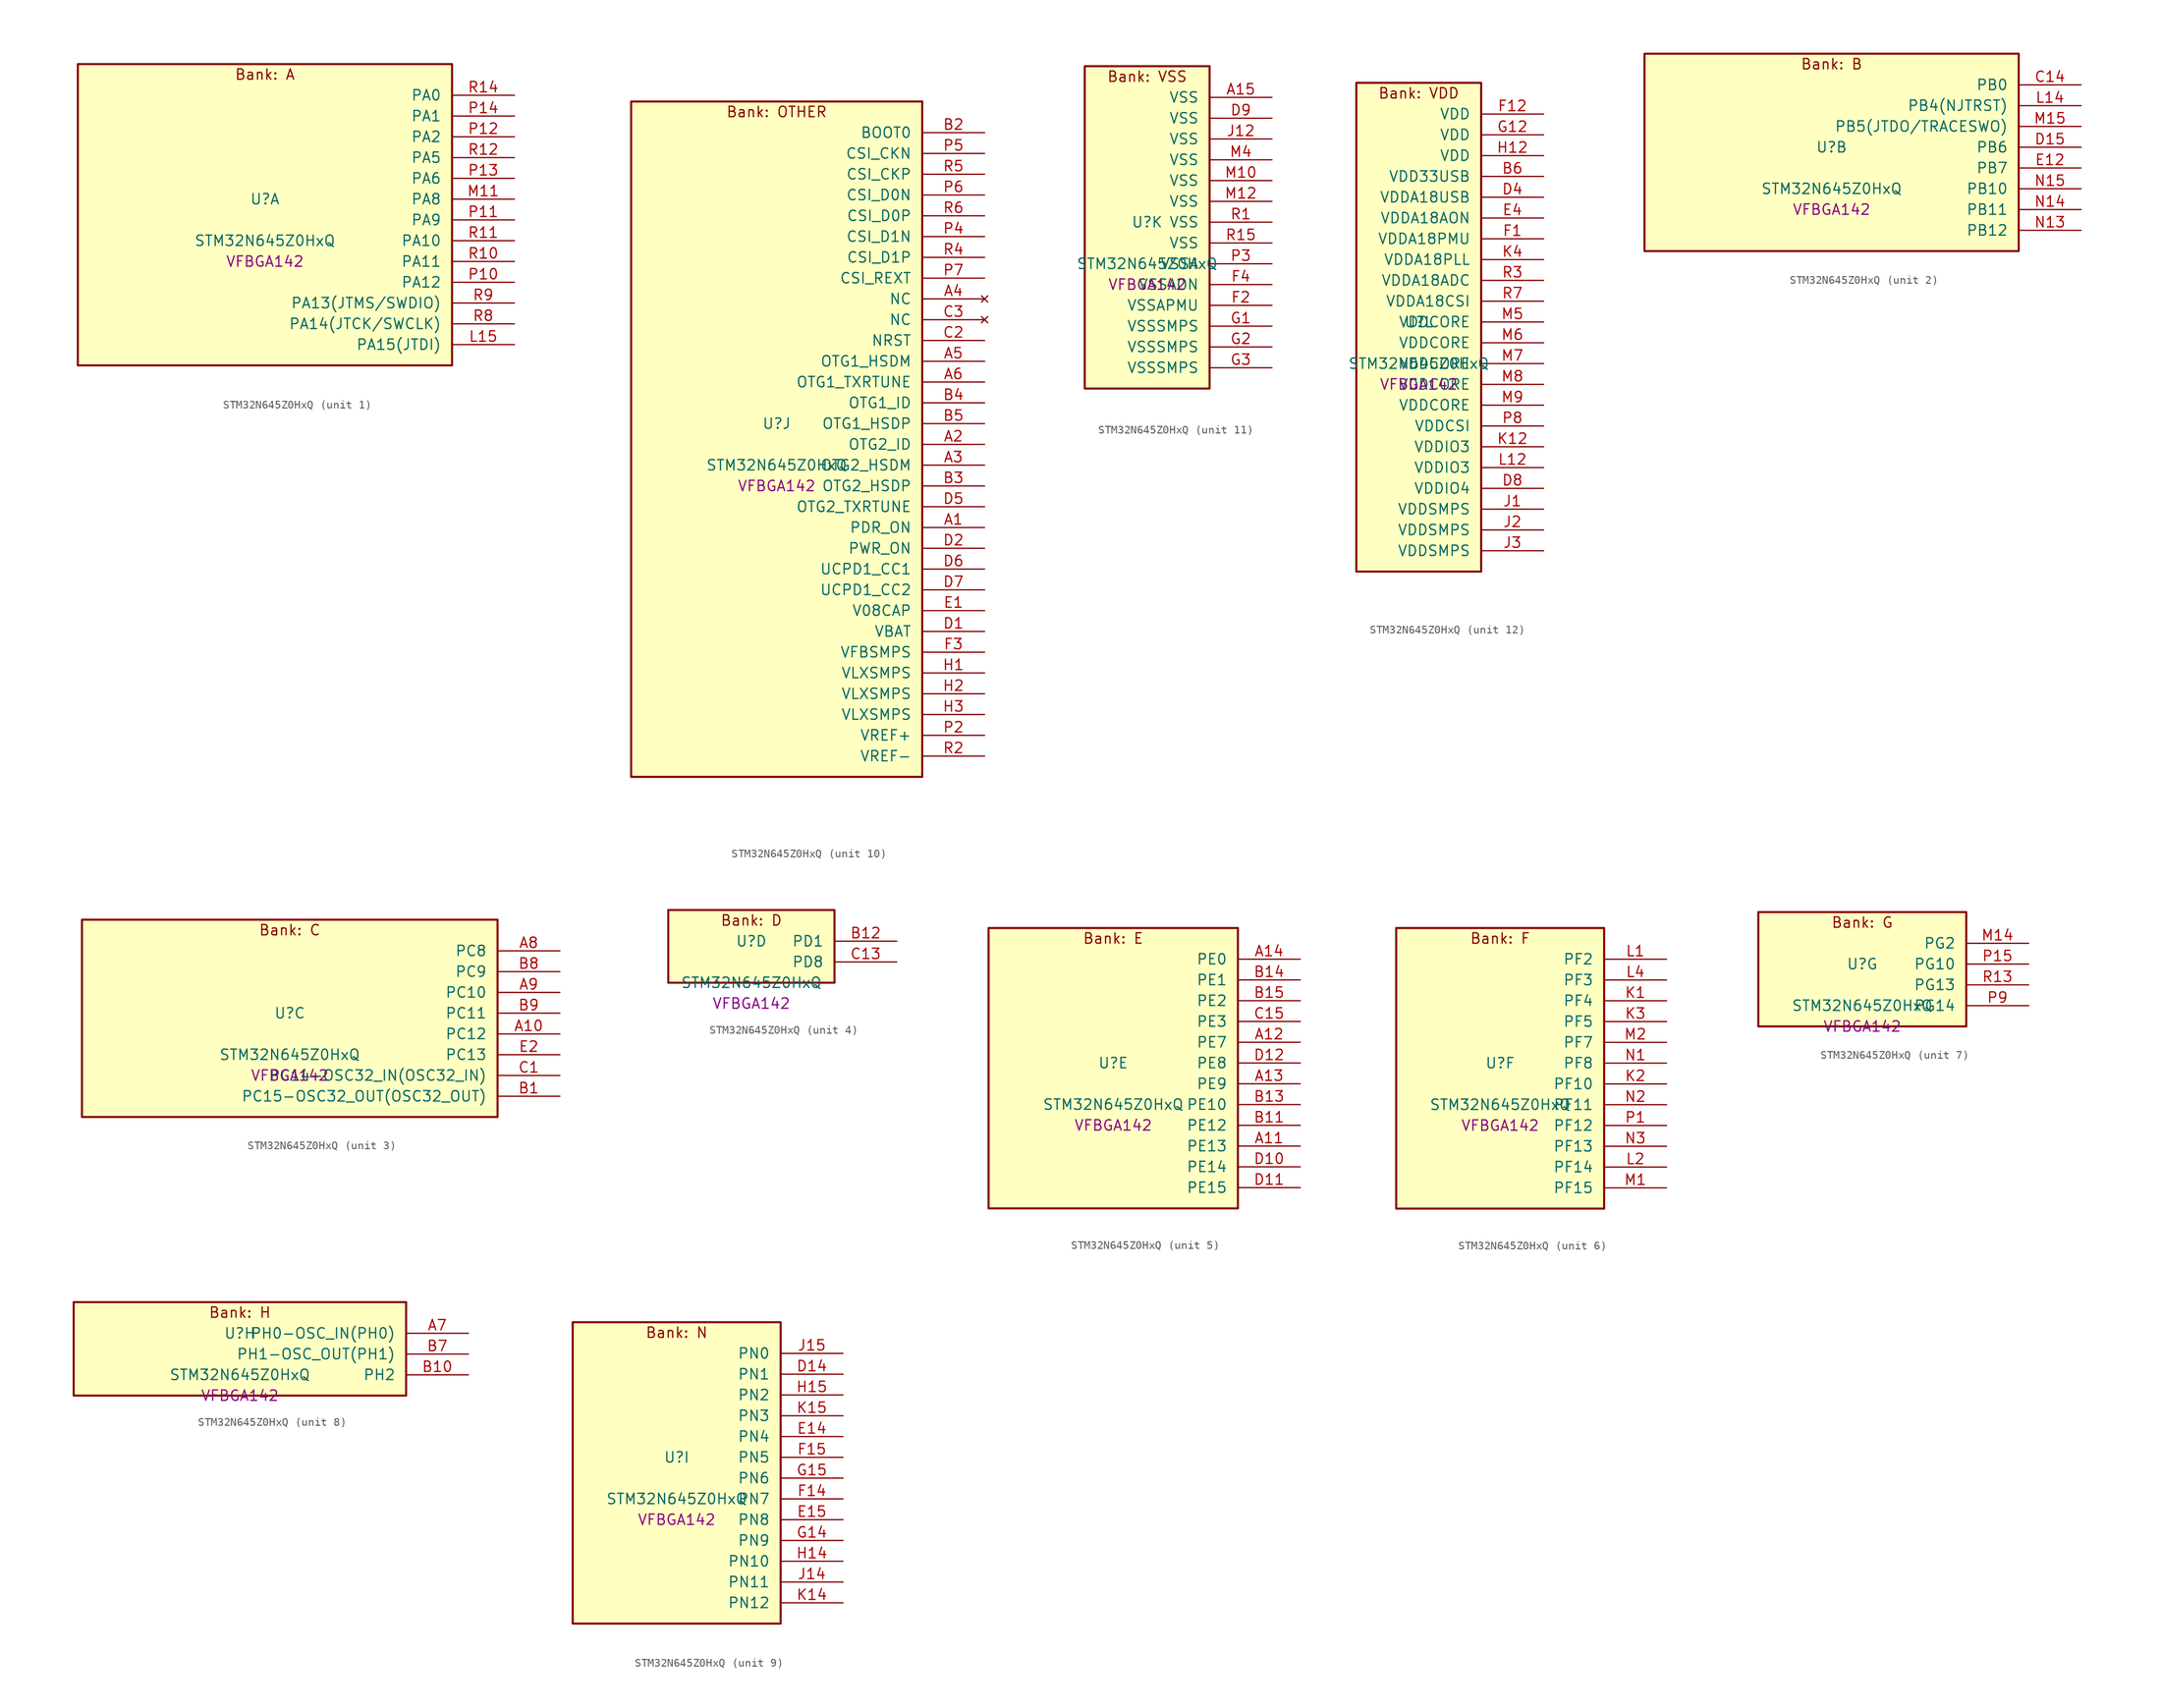
<source format=kicad_sym>
(kicad_symbol_lib
  (version 20241209)
  (generator "stm32_pkl_generator")
  (generator_version "1.0")
  (symbol "STM32N645Z0HxQ"
    (pin_names
      (offset 1.27))
    (property "Reference" "U"
      (at 0 2.54 0))
    (property "Value" "STM32N645Z0HxQ"
      (at 0 -2.54 0))
    (property "Footprint" "VFBGA142"
      (at 0 -5.08 0))
    (symbol "STM32N645Z0HxQ_1_1"
      (rectangle (start -22.86 19.05) (end 22.86 -17.78) (stroke (width 0.254) (type solid)) (fill (type background)))
      (text "Bank: A" (at 0 17.78 0))
      (pin bidirectional line (at 30.48 15.24 180) (length 7.62) (name "PA0") (number "R14") (alternate "PA0/ADC1_INN1" bidirectional line) (alternate "PA0/ADC1_INP0" bidirectional line) (alternate "PA0/ADC2_INN1" bidirectional line) (alternate "PA0/ADC2_INP0" bidirectional line) (alternate "PA0/HDP_HDP0" bidirectional line) (alternate "PA0/I2S6_WS" bidirectional line) (alternate "PA0/LTDC_G3" bidirectional line) (alternate "PA0/PWR_WKUP1" bidirectional line) (alternate "PA0/SAI2_SD_B" bidirectional line) (alternate "PA0/SPI6_NSS" bidirectional line) (alternate "PA0/TIM15_BKIN" bidirectional line) (alternate "PA0/TIM2_CH1" bidirectional line) (alternate "PA0/TIM9_CH1" bidirectional line) (alternate "PA0/UART4_TX" bidirectional line))
      (pin bidirectional line (at 30.48 12.7 180) (length 7.62) (name "PA1") (number "P14") (alternate "PA1/ADC1_INP1" bidirectional line) (alternate "PA1/ADC2_INP1" bidirectional line) (alternate "PA1/DCMIPP_D0" bidirectional line) (alternate "PA1/DCMI_D0" bidirectional line) (alternate "PA1/HDP_HDP1" bidirectional line) (alternate "PA1/LTDC_G2" bidirectional line) (alternate "PA1/PSSI_D0" bidirectional line) (alternate "PA1/SAI2_MCLK_B" bidirectional line) (alternate "PA1/TIM15_CH1N" bidirectional line) (alternate "PA1/TIM2_CH2" bidirectional line) (alternate "PA1/UART4_RX" bidirectional line))
      (pin bidirectional line (at 30.48 10.16 180) (length 7.62) (name "PA2") (number "P12") (alternate "PA2/ADC1_INP14" bidirectional line) (alternate "PA2/ADC2_INP14" bidirectional line) (alternate "PA2/HDP_HDP2" bidirectional line) (alternate "PA2/LTDC_B7" bidirectional line) (alternate "PA2/MDIOS_MDIO" bidirectional line) (alternate "PA2/PWR_WKUP2" bidirectional line) (alternate "PA2/SAI2_SCK_B" bidirectional line) (alternate "PA2/TIM15_CH1" bidirectional line) (alternate "PA2/TIM2_CH3" bidirectional line))
      (pin bidirectional line (at 30.48 7.62 180) (length 7.62) (name "PA5") (number "R12") (alternate "PA5/ADC2_INP18" bidirectional line) (alternate "PA5/DCMIPP_D8" bidirectional line) (alternate "PA5/DCMI_D8" bidirectional line) (alternate "PA5/HDP_HDP5" bidirectional line) (alternate "PA5/I2S1_CK" bidirectional line) (alternate "PA5/I2S6_CK" bidirectional line) (alternate "PA5/I3C1_SCL" bidirectional line) (alternate "PA5/LTDC_CLK" bidirectional line) (alternate "PA5/PSSI_D8" bidirectional line) (alternate "PA5/PWR_CSTOP" bidirectional line) (alternate "PA5/SPI1_SCK" bidirectional line) (alternate "PA5/SPI6_SCK" bidirectional line) (alternate "PA5/TIM10_CH1" bidirectional line) (alternate "PA5/TIM2_CH1" bidirectional line) (alternate "PA5/TIM2_ETR" bidirectional line) (alternate "PA5/TIM9_CH2" bidirectional line))
      (pin bidirectional line (at 30.48 5.08 180) (length 7.62) (name "PA6") (number "P13") (alternate "PA6/ADC1_INP3" bidirectional line) (alternate "PA6/ADC2_INP3" bidirectional line) (alternate "PA6/BOOT1" bidirectional line) (alternate "PA6/DCMIPP_PIXCLK" bidirectional line) (alternate "PA6/DCMI_PIXCLK" bidirectional line) (alternate "PA6/HDP_HDP6" bidirectional line) (alternate "PA6/I2S1_SDI" bidirectional line) (alternate "PA6/I2S6_SDI" bidirectional line) (alternate "PA6/I3C1_SDA" bidirectional line) (alternate "PA6/LTDC_B7" bidirectional line) (alternate "PA6/LTDC_HSYNC" bidirectional line) (alternate "PA6/MDIOS_MDC" bidirectional line) (alternate "PA6/PSSI_PDCK" bidirectional line) (alternate "PA6/SPI1_MISO" bidirectional line) (alternate "PA6/SPI6_MISO" bidirectional line) (alternate "PA6/TIM13_CH1" bidirectional line) (alternate "PA6/TIM3_CH1" bidirectional line))
      (pin bidirectional line (at 30.48 2.54 180) (length 7.62) (name "PA8") (number "M11") (alternate "PA8/ADC1_INP5" bidirectional line) (alternate "PA8/ADC2_INP5" bidirectional line) (alternate "PA8/HDP_HDP0" bidirectional line) (alternate "PA8/I2C3_SCL" bidirectional line) (alternate "PA8/I3C2_SCL" bidirectional line) (alternate "PA8/LTDC_B6" bidirectional line) (alternate "PA8/RCC_MCO_1" bidirectional line) (alternate "PA8/TIM11_CH1" bidirectional line) (alternate "PA8/UART7_RX" bidirectional line) (alternate "PA8/USART1_CK" bidirectional line))
      (pin bidirectional line (at 30.48 0 180) (length 7.62) (name "PA9") (number "P11") (alternate "PA9/ADC1_INP10" bidirectional line) (alternate "PA9/ADC2_INP10" bidirectional line) (alternate "PA9/DCMIPP_D0" bidirectional line) (alternate "PA9/DCMI_D0" bidirectional line) (alternate "PA9/HDP_HDP1" bidirectional line) (alternate "PA9/I2C3_SDA" bidirectional line) (alternate "PA9/I3C2_SDA" bidirectional line) (alternate "PA9/LPUART1_TX" bidirectional line) (alternate "PA9/LTDC_B5" bidirectional line) (alternate "PA9/PSSI_D0" bidirectional line) (alternate "PA9/USART1_TX" bidirectional line))
      (pin bidirectional line (at 30.48 -2.54 180) (length 7.62) (name "PA10") (number "R11") (alternate "PA10/ADC1_INN10" bidirectional line) (alternate "PA10/ADC1_INP11" bidirectional line) (alternate "PA10/ADC2_INN10" bidirectional line) (alternate "PA10/ADC2_INP11" bidirectional line) (alternate "PA10/DCMIPP_D1" bidirectional line) (alternate "PA10/DCMI_D1" bidirectional line) (alternate "PA10/HDP_HDP2" bidirectional line) (alternate "PA10/LPUART1_RX" bidirectional line) (alternate "PA10/LTDC_B4" bidirectional line) (alternate "PA10/MDIOS_MDIO" bidirectional line) (alternate "PA10/PSSI_D1" bidirectional line) (alternate "PA10/PWR_CSLEEP" bidirectional line) (alternate "PA10/USART1_RX" bidirectional line))
      (pin bidirectional line (at 30.48 -5.08 180) (length 7.62) (name "PA11") (number "R10") (alternate "PA11/ADC1_EXTI11" bidirectional line) (alternate "PA11/ADC1_INN11" bidirectional line) (alternate "PA11/ADC1_INP12" bidirectional line) (alternate "PA11/ADC2_EXTI11" bidirectional line) (alternate "PA11/ADC2_INN11" bidirectional line) (alternate "PA11/ADC2_INP12" bidirectional line) (alternate "PA11/FDCAN1_RX" bidirectional line) (alternate "PA11/HDP_HDP3" bidirectional line) (alternate "PA11/LPUART1_CTS" bidirectional line) (alternate "PA11/LTDC_B3" bidirectional line) (alternate "PA11/UART4_RX" bidirectional line) (alternate "PA11/USART1_CTS" bidirectional line) (alternate "PA11/USART1_NSS" bidirectional line))
      (pin bidirectional line (at 30.48 -7.62 180) (length 7.62) (name "PA12") (number "P10") (alternate "PA12/ADC1_INN12" bidirectional line) (alternate "PA12/ADC1_INP13" bidirectional line) (alternate "PA12/ADC2_INN12" bidirectional line) (alternate "PA12/ADC2_INP13" bidirectional line) (alternate "PA12/FDCAN1_TX" bidirectional line) (alternate "PA12/HDP_HDP4" bidirectional line) (alternate "PA12/LPUART1_RTS" bidirectional line) (alternate "PA12/LTDC_B2" bidirectional line) (alternate "PA12/SAI2_FS_B" bidirectional line) (alternate "PA12/UART4_TX" bidirectional line) (alternate "PA12/USART1_RTS" bidirectional line))
      (pin bidirectional line (at 30.48 -10.16 180) (length 7.62) (name "PA13(JTMS/SWDIO)") (number "R9") (alternate "PA13(JTMS/SWDIO)/DEBUG_JTMS-SWDIO" bidirectional line) (alternate "PA13(JTMS/SWDIO)/HDP_HDP5" bidirectional line))
      (pin bidirectional line (at 30.48 -12.7 180) (length 7.62) (name "PA14(JTCK/SWCLK)") (number "R8") (alternate "PA14(JTCK/SWCLK)/DEBUG_JTCK-SWCLK" bidirectional line) (alternate "PA14(JTCK/SWCLK)/HDP_HDP6" bidirectional line))
      (pin bidirectional line (at 30.48 -15.24 180) (length 7.62) (name "PA15(JTDI)") (number "L15") (alternate "PA15(JTDI)/ADC1_EXTI15" bidirectional line) (alternate "PA15(JTDI)/ADC2_EXTI15" bidirectional line) (alternate "PA15(JTDI)/DEBUG_JTDI" bidirectional line) (alternate "PA15(JTDI)/HDP_HDP7" bidirectional line) (alternate "PA15(JTDI)/I2S1_WS" bidirectional line) (alternate "PA15(JTDI)/I2S3_WS" bidirectional line) (alternate "PA15(JTDI)/I2S6_WS" bidirectional line) (alternate "PA15(JTDI)/LTDC_R5" bidirectional line) (alternate "PA15(JTDI)/SPI1_NSS" bidirectional line) (alternate "PA15(JTDI)/SPI3_NSS" bidirectional line) (alternate "PA15(JTDI)/SPI6_NSS" bidirectional line) (alternate "PA15(JTDI)/TIM2_CH1" bidirectional line) (alternate "PA15(JTDI)/TIM2_ETR" bidirectional line) (alternate "PA15(JTDI)/UART4_DE" bidirectional line) (alternate "PA15(JTDI)/UART4_RTS" bidirectional line) (alternate "PA15(JTDI)/UART7_TX" bidirectional line)))
    (symbol "STM32N645Z0HxQ_2_1"
      (rectangle (start -22.86 13.97) (end 22.86 -10.16) (stroke (width 0.254) (type solid)) (fill (type background)))
      (text "Bank: B" (at 0 12.7 0))
      (pin bidirectional line (at 30.48 10.16 180) (length 7.62) (name "PB0") (number "C14") (alternate "PB0/ADF1_SDI0" bidirectional line) (alternate "PB0/DCMIPP_D4" bidirectional line) (alternate "PB0/DCMI_D4" bidirectional line) (alternate "PB0/DEBUG_TRACED1" bidirectional line) (alternate "PB0/MDF1_SDI2" bidirectional line) (alternate "PB0/PSSI_D4" bidirectional line) (alternate "PB0/SAI1_D2" bidirectional line) (alternate "PB0/SAI1_FS_A" bidirectional line) (alternate "PB0/SPI4_NSS" bidirectional line) (alternate "PB0/TIM15_CH1N" bidirectional line))
      (pin bidirectional line (at 30.48 7.62 180) (length 7.62) (name "PB4(NJTRST)") (number "L14") (alternate "PB4(NJTRST)/DCMIPP_VSYNC" bidirectional line) (alternate "PB4(NJTRST)/DCMI_VSYNC" bidirectional line) (alternate "PB4(NJTRST)/DEBUG_NJTRST" bidirectional line) (alternate "PB4(NJTRST)/HDP_HDP4" bidirectional line) (alternate "PB4(NJTRST)/I2S1_SDI" bidirectional line) (alternate "PB4(NJTRST)/I2S3_SDI" bidirectional line) (alternate "PB4(NJTRST)/I2S6_SDI" bidirectional line) (alternate "PB4(NJTRST)/LTDC_R3" bidirectional line) (alternate "PB4(NJTRST)/PSSI_RDY" bidirectional line) (alternate "PB4(NJTRST)/SPI1_MISO" bidirectional line) (alternate "PB4(NJTRST)/SPI3_MISO" bidirectional line) (alternate "PB4(NJTRST)/SPI6_MISO" bidirectional line) (alternate "PB4(NJTRST)/TIM3_CH1" bidirectional line) (alternate "PB4(NJTRST)/UART7_TX" bidirectional line))
      (pin bidirectional line (at 30.48 5.08 180) (length 7.62) (name "PB5(JTDO/TRACESWO)") (number "M15") (alternate "PB5(JTDO/TRACESWO)/DCMIPP_D10" bidirectional line) (alternate "PB5(JTDO/TRACESWO)/DCMI_D10" bidirectional line) (alternate "PB5(JTDO/TRACESWO)/DEBUG_JTDO-SWO" bidirectional line) (alternate "PB5(JTDO/TRACESWO)/FDCAN2_RX" bidirectional line) (alternate "PB5(JTDO/TRACESWO)/HDP_HDP5" bidirectional line) (alternate "PB5(JTDO/TRACESWO)/I2S1_SDO" bidirectional line) (alternate "PB5(JTDO/TRACESWO)/I2S3_SDO" bidirectional line) (alternate "PB5(JTDO/TRACESWO)/I2S6_SDO" bidirectional line) (alternate "PB5(JTDO/TRACESWO)/LTDC_R2" bidirectional line) (alternate "PB5(JTDO/TRACESWO)/PSSI_D10" bidirectional line) (alternate "PB5(JTDO/TRACESWO)/SPI1_MOSI" bidirectional line) (alternate "PB5(JTDO/TRACESWO)/SPI3_MOSI" bidirectional line) (alternate "PB5(JTDO/TRACESWO)/SPI6_MOSI" bidirectional line) (alternate "PB5(JTDO/TRACESWO)/TIM3_CH2" bidirectional line) (alternate "PB5(JTDO/TRACESWO)/UART5_RX" bidirectional line))
      (pin bidirectional line (at 30.48 2.54 180) (length 7.62) (name "PB6") (number "D15") (alternate "PB6/ADF1_CCK1" bidirectional line) (alternate "PB6/DCMIPP_D6" bidirectional line) (alternate "PB6/DCMI_D6" bidirectional line) (alternate "PB6/DEBUG_TRACED2" bidirectional line) (alternate "PB6/MDF1_CCK1" bidirectional line) (alternate "PB6/PSSI_D6" bidirectional line) (alternate "PB6/SAI1_CK2" bidirectional line) (alternate "PB6/SAI1_SCK_A" bidirectional line) (alternate "PB6/SPI4_MISO" bidirectional line) (alternate "PB6/TIM15_CH1" bidirectional line))
      (pin bidirectional line (at 30.48 0 180) (length 7.62) (name "PB7") (number "E12") (alternate "PB7/ADF1_SDI0" bidirectional line) (alternate "PB7/DCMIPP_D7" bidirectional line) (alternate "PB7/DCMI_D7" bidirectional line) (alternate "PB7/DEBUG_TRACED3" bidirectional line) (alternate "PB7/MDF1_SDI1" bidirectional line) (alternate "PB7/PSSI_D7" bidirectional line) (alternate "PB7/SAI1_D1" bidirectional line) (alternate "PB7/SAI1_SD_A" bidirectional line) (alternate "PB7/SAI2_MCLK_B" bidirectional line) (alternate "PB7/SPI4_MOSI" bidirectional line) (alternate "PB7/TIM15_CH2" bidirectional line))
      (pin bidirectional line (at 30.48 -2.54 180) (length 7.62) (name "PB10") (number "N15") (alternate "PB10/ADC1_INN4" bidirectional line) (alternate "PB10/ADC1_INP8" bidirectional line) (alternate "PB10/ADC2_INN4" bidirectional line) (alternate "PB10/ADC2_INP8" bidirectional line) (alternate "PB10/HDP_HDP2" bidirectional line) (alternate "PB10/I2C2_SCL" bidirectional line) (alternate "PB10/I3C2_SCL" bidirectional line) (alternate "PB10/LPTIM2_IN1" bidirectional line) (alternate "PB10/LTDC_G7" bidirectional line) (alternate "PB10/TIM2_CH3" bidirectional line) (alternate "PB10/USART3_TX" bidirectional line))
      (pin bidirectional line (at 30.48 -5.08 180) (length 7.62) (name "PB11") (number "N14") (alternate "PB11/ADC1_EXTI11" bidirectional line) (alternate "PB11/ADC1_INP4" bidirectional line) (alternate "PB11/ADC2_EXTI11" bidirectional line) (alternate "PB11/ADC2_INP4" bidirectional line) (alternate "PB11/HDP_HDP3" bidirectional line) (alternate "PB11/I2C2_SDA" bidirectional line) (alternate "PB11/I3C2_SDA" bidirectional line) (alternate "PB11/LPTIM2_ETR" bidirectional line) (alternate "PB11/LTDC_G6" bidirectional line) (alternate "PB11/TIM2_CH4" bidirectional line) (alternate "PB11/USART3_RX" bidirectional line))
      (pin bidirectional line (at 30.48 -7.62 180) (length 7.62) (name "PB12") (number "N13") (alternate "PB12/FDCAN2_RX" bidirectional line) (alternate "PB12/HDP_HDP4" bidirectional line) (alternate "PB12/I2C2_SMBA" bidirectional line) (alternate "PB12/LPTIM2_IN2" bidirectional line) (alternate "PB12/LTDC_G5" bidirectional line) (alternate "PB12/UART5_RX" bidirectional line) (alternate "PB12/USART3_CK" bidirectional line)))
    (symbol "STM32N645Z0HxQ_3_1"
      (rectangle (start -25.4 13.97) (end 25.4 -10.16) (stroke (width 0.254) (type solid)) (fill (type background)))
      (text "Bank: C" (at 0 12.7 0))
      (pin bidirectional line (at 33.02 10.16 180) (length 7.62) (name "PC8") (number "A8") (alternate "PC8/DCMIPP_D2" bidirectional line) (alternate "PC8/DCMI_D2" bidirectional line) (alternate "PC8/DEBUG_TRACED1" bidirectional line) (alternate "PC8/HDP_HDP0" bidirectional line) (alternate "PC8/I2C3_SMBA" bidirectional line) (alternate "PC8/LTDC_B0" bidirectional line) (alternate "PC8/PSSI_D2" bidirectional line) (alternate "PC8/TIM3_CH3" bidirectional line) (alternate "PC8/UART5_DE" bidirectional line) (alternate "PC8/UART5_RTS" bidirectional line) (alternate "PC8/UCPD1_FRSTX1" bidirectional line))
      (pin bidirectional line (at 33.02 7.62 180) (length 7.62) (name "PC9") (number "B8") (alternate "PC9/AUDIOCLK" bidirectional line) (alternate "PC9/DCMIPP_D3" bidirectional line) (alternate "PC9/DCMI_D3" bidirectional line) (alternate "PC9/HDP_HDP1" bidirectional line) (alternate "PC9/I2C3_SDA" bidirectional line) (alternate "PC9/LTDC_B3" bidirectional line) (alternate "PC9/PSSI_D3" bidirectional line) (alternate "PC9/RCC_MCO_2" bidirectional line) (alternate "PC9/TIM3_CH4" bidirectional line) (alternate "PC9/UART5_CTS" bidirectional line) (alternate "PC9/UCPD1_FRSTX2" bidirectional line))
      (pin bidirectional line (at 33.02 5.08 180) (length 7.62) (name "PC10") (number "A9") (alternate "PC10/DCMIPP_D14" bidirectional line) (alternate "PC10/HDP_HDP2" bidirectional line) (alternate "PC10/I2C4_SCL" bidirectional line) (alternate "PC10/I2S3_CK" bidirectional line) (alternate "PC10/I3C2_SCL" bidirectional line) (alternate "PC10/PSSI_D14" bidirectional line) (alternate "PC10/SPI3_SCK" bidirectional line) (alternate "PC10/UART4_TX" bidirectional line) (alternate "PC10/USART3_TX" bidirectional line))
      (pin bidirectional line (at 33.02 2.54 180) (length 7.62) (name "PC11") (number "B9") (alternate "PC11/ADC1_EXTI11" bidirectional line) (alternate "PC11/ADC2_EXTI11" bidirectional line) (alternate "PC11/DCMIPP_D4" bidirectional line) (alternate "PC11/DCMI_D4" bidirectional line) (alternate "PC11/HDP_HDP3" bidirectional line) (alternate "PC11/I2C4_SDA" bidirectional line) (alternate "PC11/I2S3_SDI" bidirectional line) (alternate "PC11/I3C2_SDA" bidirectional line) (alternate "PC11/PSSI_D4" bidirectional line) (alternate "PC11/SPI3_MISO" bidirectional line) (alternate "PC11/UART4_RX" bidirectional line) (alternate "PC11/USART3_RX" bidirectional line))
      (pin bidirectional line (at 33.02 0 180) (length 7.62) (name "PC12") (number "A10") (alternate "PC12/DCMIPP_D9" bidirectional line) (alternate "PC12/DCMI_D9" bidirectional line) (alternate "PC12/DEBUG_TRACED3" bidirectional line) (alternate "PC12/HDP_HDP4" bidirectional line) (alternate "PC12/I2S3_SDO" bidirectional line) (alternate "PC12/I2S6_CK" bidirectional line) (alternate "PC12/PSSI_D9" bidirectional line) (alternate "PC12/SPI3_MOSI" bidirectional line) (alternate "PC12/SPI6_SCK" bidirectional line) (alternate "PC12/TIM15_CH1" bidirectional line) (alternate "PC12/UART5_TX" bidirectional line) (alternate "PC12/USART3_CK" bidirectional line))
      (pin bidirectional line (at 33.02 -2.54 180) (length 7.62) (name "PC13") (number "E2") (alternate "PC13/HDP_HDP5" bidirectional line) (alternate "PC13/PWR_WKUP3" bidirectional line) (alternate "PC13/RTC_OUT1" bidirectional line) (alternate "PC13/RTC_TS" bidirectional line) (alternate "PC13/TAMP_IN1" bidirectional line) (alternate "PC13/TAMP_OUT2" bidirectional line))
      (pin bidirectional line (at 33.02 -5.08 180) (length 7.62) (name "PC14-OSC32_IN(OSC32_IN)") (number "C1") (alternate "PC14-OSC32_IN(OSC32_IN)/RCC_OSC32_IN" bidirectional line))
      (pin bidirectional line (at 33.02 -7.62 180) (length 7.62) (name "PC15-OSC32_OUT(OSC32_OUT)") (number "B1") (alternate "PC15-OSC32_OUT(OSC32_OUT)/ADC1_EXTI15" bidirectional line) (alternate "PC15-OSC32_OUT(OSC32_OUT)/ADC2_EXTI15" bidirectional line) (alternate "PC15-OSC32_OUT(OSC32_OUT)/RCC_OSC32_OUT" bidirectional line)))
    (symbol "STM32N645Z0HxQ_4_1"
      (rectangle (start -10.16 6.35) (end 10.16 -2.54) (stroke (width 0.254) (type solid)) (fill (type background)))
      (text "Bank: D" (at 0 5.08 0))
      (pin bidirectional line (at 17.78 2.54 180) (length 7.62) (name "PD1") (number "B12") (alternate "PD1/FDCAN1_TX" bidirectional line) (alternate "PD1/UART4_TX" bidirectional line))
      (pin bidirectional line (at 17.78 0 180) (length 7.62) (name "PD8") (number "C13") (alternate "PD8/DCMIPP_D11" bidirectional line) (alternate "PD8/DCMI_D11" bidirectional line) (alternate "PD8/LTDC_R7" bidirectional line) (alternate "PD8/PSSI_D11" bidirectional line) (alternate "PD8/TAMP_IN3" bidirectional line) (alternate "PD8/TAMP_OUT4" bidirectional line) (alternate "PD8/USART3_TX" bidirectional line)))
    (symbol "STM32N645Z0HxQ_5_1"
      (rectangle (start -15.24 19.05) (end 15.24 -15.24) (stroke (width 0.254) (type solid)) (fill (type background)))
      (text "Bank: E" (at 0 17.78 0))
      (pin bidirectional line (at 22.86 15.24 180) (length 7.62) (name "PE0") (number "A14") (alternate "PE0/DCMIPP_D2" bidirectional line) (alternate "PE0/DCMI_D2" bidirectional line) (alternate "PE0/LPTIM2_ETR" bidirectional line) (alternate "PE0/PSSI_D2" bidirectional line) (alternate "PE0/SAI2_MCLK_A" bidirectional line) (alternate "PE0/TAMP_IN6" bidirectional line) (alternate "PE0/TAMP_OUT5" bidirectional line) (alternate "PE0/USART3_RX" bidirectional line))
      (pin bidirectional line (at 22.86 12.7 180) (length 7.62) (name "PE1") (number "B14") (alternate "PE1/DCMIPP_D8" bidirectional line) (alternate "PE1/DCMI_D8" bidirectional line) (alternate "PE1/LPTIM2_CH2" bidirectional line) (alternate "PE1/PSSI_D8" bidirectional line) (alternate "PE1/USART3_TX" bidirectional line))
      (pin bidirectional line (at 22.86 10.16 180) (length 7.62) (name "PE2") (number "B15") (alternate "PE2/ADF1_CCK0" bidirectional line) (alternate "PE2/DEBUG_TRACECLK" bidirectional line) (alternate "PE2/MDF1_CCK0" bidirectional line) (alternate "PE2/SAI1_CK1" bidirectional line) (alternate "PE2/SAI1_MCLK_A" bidirectional line) (alternate "PE2/SPI4_SCK" bidirectional line) (alternate "PE2/UCPD1_FRSTX1" bidirectional line))
      (pin bidirectional line (at 22.86 7.62 180) (length 7.62) (name "PE3") (number "C15") (alternate "PE3/DEBUG_TRACED0" bidirectional line) (alternate "PE3/MDF1_CKI2" bidirectional line) (alternate "PE3/SAI1_SD_B" bidirectional line) (alternate "PE3/TIM15_BKIN" bidirectional line))
      (pin bidirectional line (at 22.86 5.08 180) (length 7.62) (name "PE7") (number "A12") (alternate "PE7/MDF1_CKI0" bidirectional line) (alternate "PE7/SAI2_SD_B" bidirectional line) (alternate "PE7/UART7_RX" bidirectional line))
      (pin bidirectional line (at 22.86 2.54 180) (length 7.62) (name "PE8") (number "D12") (alternate "PE8/DCMIPP_D4" bidirectional line) (alternate "PE8/DCMI_D4" bidirectional line) (alternate "PE8/MDF1_SDI0" bidirectional line) (alternate "PE8/PSSI_D4" bidirectional line) (alternate "PE8/UART7_TX" bidirectional line) (alternate "PE8/USART3_TX" bidirectional line))
      (pin bidirectional line (at 22.86 0 180) (length 7.62) (name "PE9") (number "A13") (alternate "PE9/MDF1_CKI4" bidirectional line) (alternate "PE9/UART7_RTS" bidirectional line))
      (pin bidirectional line (at 22.86 -2.54 180) (length 7.62) (name "PE10") (number "B13") (alternate "PE10/DCMIPP_D3" bidirectional line) (alternate "PE10/DCMI_D3" bidirectional line) (alternate "PE10/DEBUG_TRACECLK" bidirectional line) (alternate "PE10/MDF1_SDI4" bidirectional line) (alternate "PE10/PSSI_D3" bidirectional line) (alternate "PE10/UART7_CTS" bidirectional line) (alternate "PE10/USART3_RX" bidirectional line))
      (pin bidirectional line (at 22.86 -5.08 180) (length 7.62) (name "PE12") (number "B11") (alternate "PE12/FDCAN3_RX" bidirectional line) (alternate "PE12/MDF1_SDI5" bidirectional line) (alternate "PE12/SAI2_SCK_B" bidirectional line) (alternate "PE12/SPI4_SCK" bidirectional line))
      (pin bidirectional line (at 22.86 -7.62 180) (length 7.62) (name "PE13") (number "A11") (alternate "PE13/ADF1_CCK0" bidirectional line) (alternate "PE13/I2C4_SCL" bidirectional line) (alternate "PE13/SAI2_FS_B" bidirectional line) (alternate "PE13/SPI4_MISO" bidirectional line))
      (pin bidirectional line (at 22.86 -10.16 180) (length 7.62) (name "PE14") (number "D10") (alternate "PE14/ADF1_CCK1" bidirectional line) (alternate "PE14/GFXTIM_FCKCAL" bidirectional line) (alternate "PE14/GFXTIM_LCKCAL" bidirectional line) (alternate "PE14/I2C4_SDA" bidirectional line) (alternate "PE14/SAI2_MCLK_B" bidirectional line) (alternate "PE14/SPI4_MOSI" bidirectional line))
      (pin bidirectional line (at 22.86 -12.7 180) (length 7.62) (name "PE15") (number "D11") (alternate "PE15/ADC1_EXTI15" bidirectional line) (alternate "PE15/ADC2_EXTI15" bidirectional line) (alternate "PE15/GFXTIM_FCKCAL" bidirectional line) (alternate "PE15/GFXTIM_LCKCAL" bidirectional line) (alternate "PE15/I2C4_SMBA" bidirectional line) (alternate "PE15/SPI5_SCK" bidirectional line)))
    (symbol "STM32N645Z0HxQ_6_1"
      (rectangle (start -12.7 19.05) (end 12.7 -15.24) (stroke (width 0.254) (type solid)) (fill (type background)))
      (text "Bank: F" (at 0 17.78 0))
      (pin bidirectional line (at 20.32 15.24 180) (length 7.62) (name "PF2") (number "L1") (alternate "PF2/FDCAN3_TX" bidirectional line) (alternate "PF2/LTDC_B1" bidirectional line))
      (pin bidirectional line (at 20.32 12.7 180) (length 7.62) (name "PF3") (number "L4") (alternate "PF3/ADC1_INP16" bidirectional line) (alternate "PF3/DCMIPP_HSYNC" bidirectional line) (alternate "PF3/DCMI_HSYNC" bidirectional line) (alternate "PF3/FDCAN3_RX" bidirectional line) (alternate "PF3/LTDC_R4" bidirectional line) (alternate "PF3/PSSI_DE" bidirectional line))
      (pin bidirectional line (at 20.32 10.16 180) (length 7.62) (name "PF4") (number "K1") (alternate "PF4/ADC1_INP18" bidirectional line) (alternate "PF4/DCMIPP_HSYNC" bidirectional line) (alternate "PF4/DCMI_HSYNC" bidirectional line) (alternate "PF4/HDP_HDP4" bidirectional line) (alternate "PF4/I2S1_WS" bidirectional line) (alternate "PF4/I2S3_WS" bidirectional line) (alternate "PF4/I2S6_WS" bidirectional line) (alternate "PF4/LTDC_R3" bidirectional line) (alternate "PF4/PSSI_DE" bidirectional line) (alternate "PF4/SPI1_NSS" bidirectional line) (alternate "PF4/SPI3_NSS" bidirectional line) (alternate "PF4/SPI6_NSS" bidirectional line))
      (pin bidirectional line (at 20.32 7.62 180) (length 7.62) (name "PF5") (number "K3") (alternate "PF5/DCMIPP_D6" bidirectional line) (alternate "PF5/DCMI_D6" bidirectional line) (alternate "PF5/LPTIM2_IN2" bidirectional line) (alternate "PF5/LTDC_G0" bidirectional line) (alternate "PF5/PSSI_D6" bidirectional line) (alternate "PF5/SAI2_SD_A" bidirectional line) (alternate "PF5/USART3_CTS" bidirectional line) (alternate "PF5/USART3_NSS" bidirectional line))
      (pin bidirectional line (at 20.32 5.08 180) (length 7.62) (name "PF7") (number "M2") (alternate "PF7/ADC1_INN5" bidirectional line) (alternate "PF7/ADC1_INP9" bidirectional line) (alternate "PF7/ADC2_INN5" bidirectional line) (alternate "PF7/ADC2_INP9" bidirectional line) (alternate "PF7/GFXTIM_TE" bidirectional line) (alternate "PF7/HDP_HDP0" bidirectional line) (alternate "PF7/I2S1_CK" bidirectional line) (alternate "PF7/LTDC_VSYNC" bidirectional line) (alternate "PF7/SPI1_SCK" bidirectional line) (alternate "PF7/TIM3_CH3" bidirectional line) (alternate "PF7/TIM9_CH1" bidirectional line) (alternate "PF7/UART4_CTS" bidirectional line))
      (pin bidirectional line (at 20.32 2.54 180) (length 7.62) (name "PF8") (number "N1") (alternate "PF8/DEBUG_TRACECLK" bidirectional line) (alternate "PF8/LTDC_R6" bidirectional line))
      (pin bidirectional line (at 20.32 0 180) (length 7.62) (name "PF10") (number "K2") (alternate "PF10/DCMIPP_D11" bidirectional line) (alternate "PF10/DCMIPP_D15" bidirectional line) (alternate "PF10/DCMI_D11" bidirectional line) (alternate "PF10/LTDC_R1" bidirectional line) (alternate "PF10/MDF1_SDI3" bidirectional line) (alternate "PF10/PSSI_D11" bidirectional line) (alternate "PF10/PSSI_D15" bidirectional line) (alternate "PF10/SAI1_D3" bidirectional line) (alternate "PF10/UART7_RX" bidirectional line) (alternate "PF10/UCPD1_FRSTX1" bidirectional line))
      (pin bidirectional line (at 20.32 -2.54 180) (length 7.62) (name "PF11") (number "N2") (alternate "PF11/ADC1_EXTI11" bidirectional line) (alternate "PF11/ADC1_INP2" bidirectional line) (alternate "PF11/ADC2_EXTI11" bidirectional line) (alternate "PF11/DCMIPP_D15" bidirectional line) (alternate "PF11/LTDC_B0" bidirectional line) (alternate "PF11/PSSI_D15" bidirectional line) (alternate "PF11/SAI2_SD_B" bidirectional line) (alternate "PF11/SPI5_MOSI" bidirectional line))
      (pin bidirectional line (at 20.32 -5.08 180) (length 7.62) (name "PF12") (number "P1") (alternate "PF12/ADC1_INN2" bidirectional line) (alternate "PF12/ADC1_INP6" bidirectional line) (alternate "PF12/DCMIPP_D13" bidirectional line) (alternate "PF12/DCMI_D13" bidirectional line) (alternate "PF12/PSSI_D13" bidirectional line) (alternate "PF12/SPI5_MISO" bidirectional line) (alternate "PF12/USART1_RX" bidirectional line))
      (pin bidirectional line (at 20.32 -7.62 180) (length 7.62) (name "PF13") (number "N3") (alternate "PF13/ADC2_INP2" bidirectional line) (alternate "PF13/DCMIPP_D10" bidirectional line) (alternate "PF13/DCMI_D10" bidirectional line) (alternate "PF13/PSSI_D10" bidirectional line) (alternate "PF13/SPI5_NSS" bidirectional line) (alternate "PF13/USART1_TX" bidirectional line))
      (pin bidirectional line (at 20.32 -10.16 180) (length 7.62) (name "PF14") (number "L2") (alternate "PF14/ADC2_INN2" bidirectional line) (alternate "PF14/ADC2_INP6" bidirectional line) (alternate "PF14/LTDC_G0" bidirectional line) (alternate "PF14/SPI5_MOSI" bidirectional line) (alternate "PF14/TIM2_CH2" bidirectional line) (alternate "PF14/USART1_CTS" bidirectional line))
      (pin bidirectional line (at 20.32 -12.7 180) (length 7.62) (name "PF15") (number "M1") (alternate "PF15/ADC1_EXTI15" bidirectional line) (alternate "PF15/ADC2_EXTI15" bidirectional line) (alternate "PF15/LTDC_G1" bidirectional line) (alternate "PF15/SPI5_SCK" bidirectional line) (alternate "PF15/USART1_RTS" bidirectional line)))
    (symbol "STM32N645Z0HxQ_7_1"
      (rectangle (start -12.7 8.89) (end 12.7 -5.08) (stroke (width 0.254) (type solid)) (fill (type background)))
      (text "Bank: G" (at 0 7.62 0))
      (pin bidirectional line (at 20.32 5.08 180) (length 7.62) (name "PG2") (number "M14") (alternate "PG2/DCMIPP_D6" bidirectional line) (alternate "PG2/DCMI_D6" bidirectional line) (alternate "PG2/LTDC_R0" bidirectional line) (alternate "PG2/PSSI_D6" bidirectional line) (alternate "PG2/SAI1_FS_B" bidirectional line) (alternate "PG2/SAI2_MCLK_B" bidirectional line) (alternate "PG2/SPI5_MOSI" bidirectional line) (alternate "PG2/TIM14_CH1" bidirectional line) (alternate "PG2/UART7_CTS" bidirectional line) (alternate "PG2/USART3_RTS" bidirectional line))
      (pin bidirectional line (at 20.32 2.54 180) (length 7.62) (name "PG10") (number "P15") (alternate "PG10/DCMIPP_D2" bidirectional line) (alternate "PG10/DCMI_D2" bidirectional line) (alternate "PG10/FDCAN2_TX" bidirectional line) (alternate "PG10/HDP_HDP5" bidirectional line) (alternate "PG10/LPTIM2_CH1" bidirectional line) (alternate "PG10/LTDC_G4" bidirectional line) (alternate "PG10/PSSI_D2" bidirectional line) (alternate "PG10/UART5_TX" bidirectional line) (alternate "PG10/USART3_CTS" bidirectional line) (alternate "PG10/USART3_NSS" bidirectional line))
      (pin bidirectional line (at 20.32 0 180) (length 7.62) (name "PG13") (number "R13") (alternate "PG13/DCMIPP_D12" bidirectional line) (alternate "PG13/DCMI_D12" bidirectional line) (alternate "PG13/LPTIM2_IN1" bidirectional line) (alternate "PG13/LTDC_DE" bidirectional line) (alternate "PG13/PSSI_D12" bidirectional line) (alternate "PG13/SAI2_FS_A" bidirectional line) (alternate "PG13/USART3_RTS" bidirectional line))
      (pin bidirectional line (at 20.32 -2.54 180) (length 7.62) (name "PG14") (number "P9") (alternate "PG14/DCMIPP_D11" bidirectional line) (alternate "PG14/DCMI_D11" bidirectional line) (alternate "PG14/DEBUG_TRACED1" bidirectional line) (alternate "PG14/I2S6_SDO" bidirectional line) (alternate "PG14/LTDC_B1" bidirectional line) (alternate "PG14/PSSI_D11" bidirectional line) (alternate "PG14/SPI6_MOSI" bidirectional line)))
    (symbol "STM32N645Z0HxQ_8_1"
      (rectangle (start -20.32 6.35) (end 20.32 -5.08) (stroke (width 0.254) (type solid)) (fill (type background)))
      (text "Bank: H" (at 0 5.08 0))
      (pin bidirectional line (at 27.94 2.54 180) (length 7.62) (name "PH0-OSC_IN(PH0)") (number "A7") (alternate "PH0-OSC_IN(PH0)/RCC_OSC_IN" bidirectional line))
      (pin bidirectional line (at 27.94 0 180) (length 7.62) (name "PH1-OSC_OUT(PH1)") (number "B7") (alternate "PH1-OSC_OUT(PH1)/RCC_OSC_OUT" bidirectional line))
      (pin bidirectional line (at 27.94 -2.54 180) (length 7.62) (name "PH2") (number "B10") (alternate "PH2/DCMIPP_D11" bidirectional line) (alternate "PH2/DCMI_D11" bidirectional line) (alternate "PH2/DEBUG_TRACED2" bidirectional line) (alternate "PH2/FDCAN1_TX" bidirectional line) (alternate "PH2/PSSI_D11" bidirectional line) (alternate "PH2/TIM15_BKIN" bidirectional line) (alternate "PH2/TIM3_ETR" bidirectional line) (alternate "PH2/UART5_RX" bidirectional line)))
    (symbol "STM32N645Z0HxQ_9_1"
      (rectangle (start -12.7 19.05) (end 12.7 -17.78) (stroke (width 0.254) (type solid)) (fill (type background)))
      (text "Bank: N" (at 0 17.78 0))
      (pin bidirectional line (at 20.32 15.24 180) (length 7.62) (name "PN0") (number "J15") (alternate "PN0/XSPIM_P2_DQS0" bidirectional line))
      (pin bidirectional line (at 20.32 12.7 180) (length 7.62) (name "PN1") (number "D14") (alternate "PN1/XSPIM_P2_NCS1" bidirectional line))
      (pin bidirectional line (at 20.32 10.16 180) (length 7.62) (name "PN2") (number "H15") (alternate "PN2/XSPIM_P2_IO0" bidirectional line))
      (pin bidirectional line (at 20.32 7.62 180) (length 7.62) (name "PN3") (number "K15") (alternate "PN3/XSPIM_P2_IO1" bidirectional line))
      (pin bidirectional line (at 20.32 5.08 180) (length 7.62) (name "PN4") (number "E14") (alternate "PN4/XSPIM_P2_IO2" bidirectional line))
      (pin bidirectional line (at 20.32 2.54 180) (length 7.62) (name "PN5") (number "F15") (alternate "PN5/XSPIM_P2_IO3" bidirectional line))
      (pin bidirectional line (at 20.32 0 180) (length 7.62) (name "PN6") (number "G15") (alternate "PN6/XSPIM_P2_CLK" bidirectional line))
      (pin bidirectional line (at 20.32 -2.54 180) (length 7.62) (name "PN7") (number "F14") (alternate "PN7/XSPIM_P2_NCLK" bidirectional line))
      (pin bidirectional line (at 20.32 -5.08 180) (length 7.62) (name "PN8") (number "E15") (alternate "PN8/XSPIM_P2_IO4" bidirectional line))
      (pin bidirectional line (at 20.32 -7.62 180) (length 7.62) (name "PN9") (number "G14") (alternate "PN9/DCMIPP_D5" bidirectional line) (alternate "PN9/DCMI_D5" bidirectional line) (alternate "PN9/PSSI_D5" bidirectional line) (alternate "PN9/XSPIM_P2_IO5" bidirectional line))
      (pin bidirectional line (at 20.32 -10.16 180) (length 7.62) (name "PN10") (number "H14") (alternate "PN10/LTDC_B4" bidirectional line) (alternate "PN10/XSPIM_P2_IO6" bidirectional line))
      (pin bidirectional line (at 20.32 -12.7 180) (length 7.62) (name "PN11") (number "J14") (alternate "PN11/ADC1_EXTI11" bidirectional line) (alternate "PN11/ADC2_EXTI11" bidirectional line) (alternate "PN11/LTDC_B6" bidirectional line) (alternate "PN11/XSPIM_P2_IO7" bidirectional line))
      (pin bidirectional line (at 20.32 -15.24 180) (length 7.62) (name "PN12") (number "K14") (alternate "PN12/XSPIM_P2_NCS2" bidirectional line)))
    (symbol "STM32N645Z0HxQ_10_1"
      (rectangle (start -17.78 41.91) (end 17.78 -40.64) (stroke (width 0.254) (type solid)) (fill (type background)))
      (text "Bank: OTHER" (at 0 40.64 0))
      (pin input line (at 25.4 38.1 180) (length 7.62) (name "BOOT0") (number "B2"))
      (pin bidirectional line (at 25.4 35.56 180) (length 7.62) (name "CSI_CKN") (number "P5") (alternate "CSI_CKN/CSI_CKN" bidirectional line))
      (pin bidirectional line (at 25.4 33.02 180) (length 7.62) (name "CSI_CKP") (number "R5") (alternate "CSI_CKP/CSI_CKP" bidirectional line))
      (pin bidirectional line (at 25.4 30.48 180) (length 7.62) (name "CSI_D0N") (number "P6") (alternate "CSI_D0N/CSI_D0N" bidirectional line))
      (pin bidirectional line (at 25.4 27.94 180) (length 7.62) (name "CSI_D0P") (number "R6") (alternate "CSI_D0P/CSI_D0P" bidirectional line))
      (pin bidirectional line (at 25.4 25.4 180) (length 7.62) (name "CSI_D1N") (number "P4") (alternate "CSI_D1N/CSI_D1N" bidirectional line))
      (pin bidirectional line (at 25.4 22.86 180) (length 7.62) (name "CSI_D1P") (number "R4") (alternate "CSI_D1P/CSI_D1P" bidirectional line))
      (pin bidirectional line (at 25.4 20.32 180) (length 7.62) (name "CSI_REXT") (number "P7") (alternate "CSI_REXT/CSI_REXT" bidirectional line))
      (pin no_connect line (at 25.4 17.78 180) (length 7.62) (name "NC") (number "A4"))
      (pin no_connect line (at 25.4 15.24 180) (length 7.62) (name "NC") (number "C3"))
      (pin input line (at 25.4 12.7 180) (length 7.62) (name "NRST") (number "C2"))
      (pin bidirectional line (at 25.4 10.16 180) (length 7.62) (name "OTG1_HSDM") (number "A5") (alternate "OTG1_HSDM/USB1_OTG_HS_DM" bidirectional line))
      (pin bidirectional line (at 25.4 7.62 180) (length 7.62) (name "OTG1_TXRTUNE") (number "A6"))
      (pin bidirectional line (at 25.4 5.08 180) (length 7.62) (name "OTG1_ID") (number "B4") (alternate "OTG1_ID/USB1_OTG_HS_ID" bidirectional line))
      (pin bidirectional line (at 25.4 2.54 180) (length 7.62) (name "OTG1_HSDP") (number "B5") (alternate "OTG1_HSDP/USB1_OTG_HS_DP" bidirectional line))
      (pin bidirectional line (at 25.4 0 180) (length 7.62) (name "OTG2_ID") (number "A2") (alternate "OTG2_ID/USB2_OTG_HS_ID" bidirectional line))
      (pin bidirectional line (at 25.4 -2.54 180) (length 7.62) (name "OTG2_HSDM") (number "A3") (alternate "OTG2_HSDM/USB2_OTG_HS_DM" bidirectional line))
      (pin bidirectional line (at 25.4 -5.08 180) (length 7.62) (name "OTG2_HSDP") (number "B3") (alternate "OTG2_HSDP/USB2_OTG_HS_DP" bidirectional line))
      (pin bidirectional line (at 25.4 -7.62 180) (length 7.62) (name "OTG2_TXRTUNE") (number "D5"))
      (pin bidirectional line (at 25.4 -10.16 180) (length 7.62) (name "PDR_ON") (number "A1"))
      (pin bidirectional line (at 25.4 -12.7 180) (length 7.62) (name "PWR_ON") (number "D2"))
      (pin bidirectional line (at 25.4 -15.24 180) (length 7.62) (name "UCPD1_CC1") (number "D6") (alternate "UCPD1_CC1/UCPD1_CC1" bidirectional line))
      (pin bidirectional line (at 25.4 -17.78 180) (length 7.62) (name "UCPD1_CC2") (number "D7") (alternate "UCPD1_CC2/UCPD1_CC2" bidirectional line))
      (pin power_in line (at 25.4 -20.32 180) (length 7.62) (name "V08CAP") (number "E1"))
      (pin power_in line (at 25.4 -22.86 180) (length 7.62) (name "VBAT") (number "D1"))
      (pin power_in line (at 25.4 -25.4 180) (length 7.62) (name "VFBSMPS") (number "F3"))
      (pin power_in line (at 25.4 -27.94 180) (length 7.62) (name "VLXSMPS") (number "H1"))
      (pin power_in line (at 25.4 -30.48 180) (length 7.62) (name "VLXSMPS") (number "H2"))
      (pin power_in line (at 25.4 -33.02 180) (length 7.62) (name "VLXSMPS") (number "H3"))
      (pin bidirectional line (at 25.4 -35.56 180) (length 7.62) (name "VREF+") (number "P2"))
      (pin power_in line (at 25.4 -38.1 180) (length 7.62) (name "VREF-") (number "R2")))
    (symbol "STM32N645Z0HxQ_11_1"
      (rectangle (start -7.62 21.59) (end 7.62 -17.78) (stroke (width 0.254) (type solid)) (fill (type background)))
      (text "Bank: VSS" (at 0 20.32 0))
      (pin power_in line (at 15.24 17.78 180) (length 7.62) (name "VSS") (number "A15"))
      (pin power_in line (at 15.24 15.24 180) (length 7.62) (name "VSS") (number "D9"))
      (pin power_in line (at 15.24 12.7 180) (length 7.62) (name "VSS") (number "J12"))
      (pin power_in line (at 15.24 10.16 180) (length 7.62) (name "VSS") (number "M4"))
      (pin power_in line (at 15.24 7.62 180) (length 7.62) (name "VSS") (number "M10"))
      (pin power_in line (at 15.24 5.08 180) (length 7.62) (name "VSS") (number "M12"))
      (pin power_in line (at 15.24 2.54 180) (length 7.62) (name "VSS") (number "R1"))
      (pin power_in line (at 15.24 0 180) (length 7.62) (name "VSS") (number "R15"))
      (pin power_in line (at 15.24 -2.54 180) (length 7.62) (name "VSSA") (number "P3"))
      (pin power_in line (at 15.24 -5.08 180) (length 7.62) (name "VSSAON") (number "F4"))
      (pin power_in line (at 15.24 -7.62 180) (length 7.62) (name "VSSAPMU") (number "F2"))
      (pin power_in line (at 15.24 -10.16 180) (length 7.62) (name "VSSSMPS") (number "G1"))
      (pin power_in line (at 15.24 -12.7 180) (length 7.62) (name "VSSSMPS") (number "G2"))
      (pin power_in line (at 15.24 -15.24 180) (length 7.62) (name "VSSSMPS") (number "G3")))
    (symbol "STM32N645Z0HxQ_12_1"
      (rectangle (start -7.62 31.75) (end 7.62 -27.94) (stroke (width 0.254) (type solid)) (fill (type background)))
      (text "Bank: VDD" (at 0 30.48 0))
      (pin power_in line (at 15.24 27.94 180) (length 7.62) (name "VDD") (number "F12"))
      (pin power_in line (at 15.24 25.4 180) (length 7.62) (name "VDD") (number "G12"))
      (pin power_in line (at 15.24 22.86 180) (length 7.62) (name "VDD") (number "H12"))
      (pin power_in line (at 15.24 20.32 180) (length 7.62) (name "VDD33USB") (number "B6"))
      (pin power_in line (at 15.24 17.78 180) (length 7.62) (name "VDDA18USB") (number "D4"))
      (pin power_in line (at 15.24 15.24 180) (length 7.62) (name "VDDA18AON") (number "E4"))
      (pin power_in line (at 15.24 12.7 180) (length 7.62) (name "VDDA18PMU") (number "F1"))
      (pin power_in line (at 15.24 10.16 180) (length 7.62) (name "VDDA18PLL") (number "K4"))
      (pin power_in line (at 15.24 7.62 180) (length 7.62) (name "VDDA18ADC") (number "R3"))
      (pin power_in line (at 15.24 5.08 180) (length 7.62) (name "VDDA18CSI") (number "R7"))
      (pin power_in line (at 15.24 2.54 180) (length 7.62) (name "VDDCORE") (number "M5"))
      (pin power_in line (at 15.24 0 180) (length 7.62) (name "VDDCORE") (number "M6"))
      (pin power_in line (at 15.24 -2.54 180) (length 7.62) (name "VDDCORE") (number "M7"))
      (pin power_in line (at 15.24 -5.08 180) (length 7.62) (name "VDDCORE") (number "M8"))
      (pin power_in line (at 15.24 -7.62 180) (length 7.62) (name "VDDCORE") (number "M9"))
      (pin power_in line (at 15.24 -10.16 180) (length 7.62) (name "VDDCSI") (number "P8"))
      (pin power_in line (at 15.24 -12.7 180) (length 7.62) (name "VDDIO3") (number "K12"))
      (pin power_in line (at 15.24 -15.24 180) (length 7.62) (name "VDDIO3") (number "L12"))
      (pin power_in line (at 15.24 -17.78 180) (length 7.62) (name "VDDIO4") (number "D8"))
      (pin power_in line (at 15.24 -20.32 180) (length 7.62) (name "VDDSMPS") (number "J1"))
      (pin power_in line (at 15.24 -22.86 180) (length 7.62) (name "VDDSMPS") (number "J2"))
      (pin power_in line (at 15.24 -25.4 180) (length 7.62) (name "VDDSMPS") (number "J3")))))
</source>
